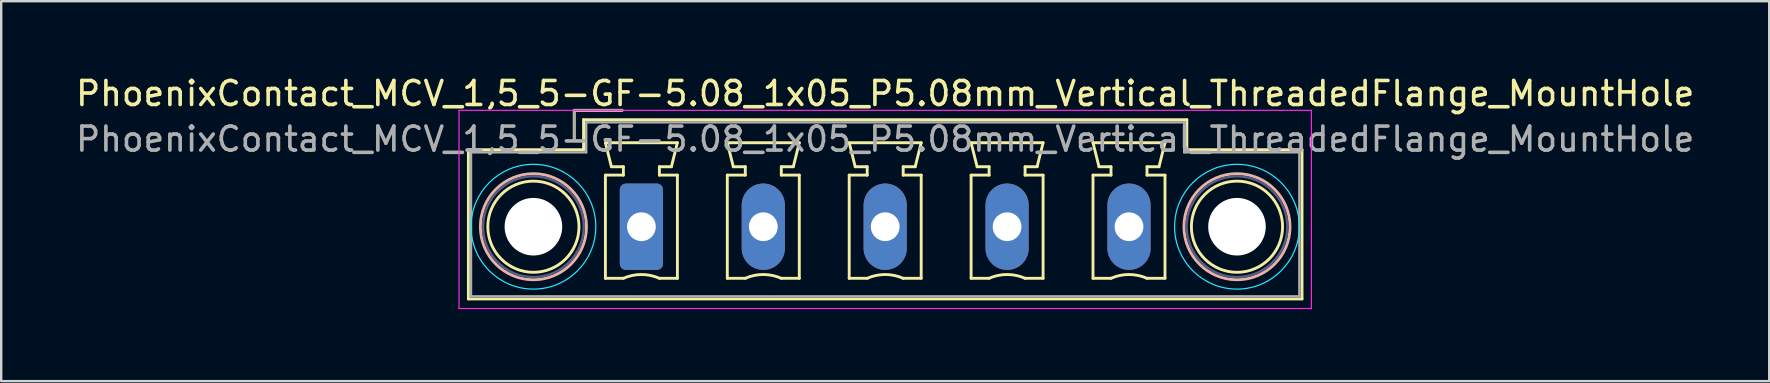
<source format=kicad_pcb>
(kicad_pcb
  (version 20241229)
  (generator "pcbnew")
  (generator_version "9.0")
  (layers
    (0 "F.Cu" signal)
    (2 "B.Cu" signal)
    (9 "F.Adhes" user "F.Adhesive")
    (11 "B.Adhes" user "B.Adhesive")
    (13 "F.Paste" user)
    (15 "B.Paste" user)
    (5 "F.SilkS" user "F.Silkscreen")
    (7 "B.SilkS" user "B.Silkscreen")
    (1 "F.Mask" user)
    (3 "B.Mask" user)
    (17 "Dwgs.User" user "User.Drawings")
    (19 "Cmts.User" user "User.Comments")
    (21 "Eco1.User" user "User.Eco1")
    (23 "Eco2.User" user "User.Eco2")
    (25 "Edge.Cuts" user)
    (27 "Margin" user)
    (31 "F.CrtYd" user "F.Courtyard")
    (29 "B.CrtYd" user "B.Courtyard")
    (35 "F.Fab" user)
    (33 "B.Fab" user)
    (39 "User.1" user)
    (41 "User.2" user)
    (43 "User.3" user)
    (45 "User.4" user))
  (footprint "PhoenixContact_MCV_1,5_5-GF-5.08_1x05_P5.08mm_Vertical_ThreadedFlange_MountHole"
    (layer "F.Cu")
    (at 23.679 6.398)
    (property "Reference" "PhoenixContact_MCV_1,5_5-GF-5.08_1x05_P5.08mm_Vertical_ThreadedFlange_MountHole" (at 10.16 -5.55 0) (layer "F.SilkS") (effects (font (size 1 1) (thickness 0.15))))
    (attr through_hole)
    (fp_line (start -7.21 -3.21) (end -7.21 3.01) (stroke (width 0.12) (type solid)) (layer "F.SilkS"))
    (fp_line (start -7.21 3.01) (end 27.53 3.01) (stroke (width 0.12) (type solid)) (layer "F.SilkS"))
    (fp_line (start -2.8 -4.85) (end -0.8 -4.85) (stroke (width 0.12) (type solid)) (layer "F.SilkS"))
    (fp_line (start -2.8 -3.6) (end -2.8 -4.85) (stroke (width 0.12) (type solid)) (layer "F.SilkS"))
    (fp_line (start -2.41 -4.46) (end -2.41 -3.21) (stroke (width 0.12) (type solid)) (layer "F.SilkS"))
    (fp_line (start -2.41 -3.21) (end -7.21 -3.21) (stroke (width 0.12) (type solid)) (layer "F.SilkS"))
    (fp_line (start -1.5 -3.5) (end 1.5 -3.5) (stroke (width 0.12) (type solid)) (layer "F.SilkS"))
    (fp_line (start -1.5 -2.15) (end -0.75 -2.15) (stroke (width 0.12) (type solid)) (layer "F.SilkS"))
    (fp_line (start -1.5 2.15) (end -1.5 -2.15) (stroke (width 0.12) (type solid)) (layer "F.SilkS"))
    (fp_line (start -1.25 -2.5) (end -1.5 -3.5) (stroke (width 0.12) (type solid)) (layer "F.SilkS"))
    (fp_line (start -0.75 -2.5) (end -1.25 -2.5) (stroke (width 0.12) (type solid)) (layer "F.SilkS"))
    (fp_line (start -0.75 -2.15) (end -0.75 -2.5) (stroke (width 0.12) (type solid)) (layer "F.SilkS"))
    (fp_line (start -0.75 2.15) (end -1.5 2.15) (stroke (width 0.12) (type solid)) (layer "F.SilkS"))
    (fp_line (start 0.75 -2.5) (end 0.75 -2.15) (stroke (width 0.12) (type solid)) (layer "F.SilkS"))
    (fp_line (start 0.75 -2.15) (end 1.5 -2.15) (stroke (width 0.12) (type solid)) (layer "F.SilkS"))
    (fp_line (start 1.25 -2.5) (end 0.75 -2.5) (stroke (width 0.12) (type solid)) (layer "F.SilkS"))
    (fp_line (start 1.5 -3.5) (end 1.25 -2.5) (stroke (width 0.12) (type solid)) (layer "F.SilkS"))
    (fp_line (start 1.5 -2.15) (end 1.5 2.15) (stroke (width 0.12) (type solid)) (layer "F.SilkS"))
    (fp_line (start 1.5 2.15) (end 0.75 2.15) (stroke (width 0.12) (type solid)) (layer "F.SilkS"))
    (fp_line (start 3.58 -3.5) (end 6.58 -3.5) (stroke (width 0.12) (type solid)) (layer "F.SilkS"))
    (fp_line (start 3.58 -2.15) (end 4.33 -2.15) (stroke (width 0.12) (type solid)) (layer "F.SilkS"))
    (fp_line (start 3.58 2.15) (end 3.58 -2.15) (stroke (width 0.12) (type solid)) (layer "F.SilkS"))
    (fp_line (start 3.83 -2.5) (end 3.58 -3.5) (stroke (width 0.12) (type solid)) (layer "F.SilkS"))
    (fp_line (start 4.33 -2.5) (end 3.83 -2.5) (stroke (width 0.12) (type solid)) (layer "F.SilkS"))
    (fp_line (start 4.33 -2.15) (end 4.33 -2.5) (stroke (width 0.12) (type solid)) (layer "F.SilkS"))
    (fp_line (start 4.33 2.15) (end 3.58 2.15) (stroke (width 0.12) (type solid)) (layer "F.SilkS"))
    (fp_line (start 5.83 -2.5) (end 5.83 -2.15) (stroke (width 0.12) (type solid)) (layer "F.SilkS"))
    (fp_line (start 5.83 -2.15) (end 6.58 -2.15) (stroke (width 0.12) (type solid)) (layer "F.SilkS"))
    (fp_line (start 6.33 -2.5) (end 5.83 -2.5) (stroke (width 0.12) (type solid)) (layer "F.SilkS"))
    (fp_line (start 6.58 -3.5) (end 6.33 -2.5) (stroke (width 0.12) (type solid)) (layer "F.SilkS"))
    (fp_line (start 6.58 -2.15) (end 6.58 2.15) (stroke (width 0.12) (type solid)) (layer "F.SilkS"))
    (fp_line (start 6.58 2.15) (end 5.83 2.15) (stroke (width 0.12) (type solid)) (layer "F.SilkS"))
    (fp_line (start 8.66 -3.5) (end 11.66 -3.5) (stroke (width 0.12) (type solid)) (layer "F.SilkS"))
    (fp_line (start 8.66 -2.15) (end 9.41 -2.15) (stroke (width 0.12) (type solid)) (layer "F.SilkS"))
    (fp_line (start 8.66 2.15) (end 8.66 -2.15) (stroke (width 0.12) (type solid)) (layer "F.SilkS"))
    (fp_line (start 8.91 -2.5) (end 8.66 -3.5) (stroke (width 0.12) (type solid)) (layer "F.SilkS"))
    (fp_line (start 9.41 -2.5) (end 8.91 -2.5) (stroke (width 0.12) (type solid)) (layer "F.SilkS"))
    (fp_line (start 9.41 -2.15) (end 9.41 -2.5) (stroke (width 0.12) (type solid)) (layer "F.SilkS"))
    (fp_line (start 9.41 2.15) (end 8.66 2.15) (stroke (width 0.12) (type solid)) (layer "F.SilkS"))
    (fp_line (start 10.91 -2.5) (end 10.91 -2.15) (stroke (width 0.12) (type solid)) (layer "F.SilkS"))
    (fp_line (start 10.91 -2.15) (end 11.66 -2.15) (stroke (width 0.12) (type solid)) (layer "F.SilkS"))
    (fp_line (start 11.41 -2.5) (end 10.91 -2.5) (stroke (width 0.12) (type solid)) (layer "F.SilkS"))
    (fp_line (start 11.66 -3.5) (end 11.41 -2.5) (stroke (width 0.12) (type solid)) (layer "F.SilkS"))
    (fp_line (start 11.66 -2.15) (end 11.66 2.15) (stroke (width 0.12) (type solid)) (layer "F.SilkS"))
    (fp_line (start 11.66 2.15) (end 10.91 2.15) (stroke (width 0.12) (type solid)) (layer "F.SilkS"))
    (fp_line (start 13.74 -3.5) (end 16.74 -3.5) (stroke (width 0.12) (type solid)) (layer "F.SilkS"))
    (fp_line (start 13.74 -2.15) (end 14.49 -2.15) (stroke (width 0.12) (type solid)) (layer "F.SilkS"))
    (fp_line (start 13.74 2.15) (end 13.74 -2.15) (stroke (width 0.12) (type solid)) (layer "F.SilkS"))
    (fp_line (start 13.99 -2.5) (end 13.74 -3.5) (stroke (width 0.12) (type solid)) (layer "F.SilkS"))
    (fp_line (start 14.49 -2.5) (end 13.99 -2.5) (stroke (width 0.12) (type solid)) (layer "F.SilkS"))
    (fp_line (start 14.49 -2.15) (end 14.49 -2.5) (stroke (width 0.12) (type solid)) (layer "F.SilkS"))
    (fp_line (start 14.49 2.15) (end 13.74 2.15) (stroke (width 0.12) (type solid)) (layer "F.SilkS"))
    (fp_line (start 15.99 -2.5) (end 15.99 -2.15) (stroke (width 0.12) (type solid)) (layer "F.SilkS"))
    (fp_line (start 15.99 -2.15) (end 16.74 -2.15) (stroke (width 0.12) (type solid)) (layer "F.SilkS"))
    (fp_line (start 16.49 -2.5) (end 15.99 -2.5) (stroke (width 0.12) (type solid)) (layer "F.SilkS"))
    (fp_line (start 16.74 -3.5) (end 16.49 -2.5) (stroke (width 0.12) (type solid)) (layer "F.SilkS"))
    (fp_line (start 16.74 -2.15) (end 16.74 2.15) (stroke (width 0.12) (type solid)) (layer "F.SilkS"))
    (fp_line (start 16.74 2.15) (end 15.99 2.15) (stroke (width 0.12) (type solid)) (layer "F.SilkS"))
    (fp_line (start 18.82 -3.5) (end 21.82 -3.5) (stroke (width 0.12) (type solid)) (layer "F.SilkS"))
    (fp_line (start 18.82 -2.15) (end 19.57 -2.15) (stroke (width 0.12) (type solid)) (layer "F.SilkS"))
    (fp_line (start 18.82 2.15) (end 18.82 -2.15) (stroke (width 0.12) (type solid)) (layer "F.SilkS"))
    (fp_line (start 19.07 -2.5) (end 18.82 -3.5) (stroke (width 0.12) (type solid)) (layer "F.SilkS"))
    (fp_line (start 19.57 -2.5) (end 19.07 -2.5) (stroke (width 0.12) (type solid)) (layer "F.SilkS"))
    (fp_line (start 19.57 -2.15) (end 19.57 -2.5) (stroke (width 0.12) (type solid)) (layer "F.SilkS"))
    (fp_line (start 19.57 2.15) (end 18.82 2.15) (stroke (width 0.12) (type solid)) (layer "F.SilkS"))
    (fp_line (start 21.07 -2.5) (end 21.07 -2.15) (stroke (width 0.12) (type solid)) (layer "F.SilkS"))
    (fp_line (start 21.07 -2.15) (end 21.82 -2.15) (stroke (width 0.12) (type solid)) (layer "F.SilkS"))
    (fp_line (start 21.57 -2.5) (end 21.07 -2.5) (stroke (width 0.12) (type solid)) (layer "F.SilkS"))
    (fp_line (start 21.82 -3.5) (end 21.57 -2.5) (stroke (width 0.12) (type solid)) (layer "F.SilkS"))
    (fp_line (start 21.82 -2.15) (end 21.82 2.15) (stroke (width 0.12) (type solid)) (layer "F.SilkS"))
    (fp_line (start 21.82 2.15) (end 21.07 2.15) (stroke (width 0.12) (type solid)) (layer "F.SilkS"))
    (fp_line (start 22.73 -4.46) (end -2.41 -4.46) (stroke (width 0.12) (type solid)) (layer "F.SilkS"))
    (fp_line (start 22.73 -3.21) (end 22.73 -4.46) (stroke (width 0.12) (type solid)) (layer "F.SilkS"))
    (fp_line (start 27.53 -3.21) (end 22.73 -3.21) (stroke (width 0.12) (type solid)) (layer "F.SilkS"))
    (fp_line (start 27.53 3.01) (end 27.53 -3.21) (stroke (width 0.12) (type solid)) (layer "F.SilkS"))
    (fp_arc (start -0.75 2.15) (mid -0.000193 1.99191) (end 0.749647 2.149844) (stroke (width 0.12) (type solid)) (layer "F.SilkS"))
    (fp_arc (start 4.33 2.15) (mid 5.079807 1.99191) (end 5.829647 2.149844) (stroke (width 0.12) (type solid)) (layer "F.SilkS"))
    (fp_arc (start 9.41 2.15) (mid 10.159807 1.99191) (end 10.909647 2.149844) (stroke (width 0.12) (type solid)) (layer "F.SilkS"))
    (fp_arc (start 14.49 2.15) (mid 15.239807 1.99191) (end 15.989647 2.149844) (stroke (width 0.12) (type solid)) (layer "F.SilkS"))
    (fp_arc (start 19.57 2.15) (mid 20.319807 1.99191) (end 21.069647 2.149844) (stroke (width 0.12) (type solid)) (layer "F.SilkS"))
    (fp_circle (center -4.5 0) (end -2.6 0) (stroke (width 0.12) (type solid)) (fill no) (layer "F.SilkS"))
    (fp_circle (center 24.82 0) (end 26.72 0) (stroke (width 0.12) (type solid)) (fill no) (layer "F.SilkS"))
    (fp_circle (center -4.5 0) (end -2.29 0) (stroke (width 0.12) (type solid)) (fill no) (layer "B.SilkS"))
    (fp_circle (center 24.82 0) (end 27.03 0) (stroke (width 0.12) (type solid)) (fill no) (layer "B.SilkS"))
    (fp_circle (center -4.5 0) (end -1.9 0) (stroke (width 0.05) (type solid)) (fill no) (layer "B.CrtYd"))
    (fp_circle (center 24.82 0) (end 27.42 0) (stroke (width 0.05) (type solid)) (fill no) (layer "B.CrtYd"))
    (fp_line (start -7.6 -4.85) (end -7.6 3.41) (stroke (width 0.05) (type solid)) (layer "F.CrtYd"))
    (fp_line (start -7.6 3.41) (end 27.92 3.41) (stroke (width 0.05) (type solid)) (layer "F.CrtYd"))
    (fp_line (start 27.92 -4.85) (end -7.6 -4.85) (stroke (width 0.05) (type solid)) (layer "F.CrtYd"))
    (fp_line (start 27.92 3.41) (end 27.92 -4.85) (stroke (width 0.05) (type solid)) (layer "F.CrtYd"))
    (fp_circle (center -4.5 0) (end -2.4 0) (stroke (width 0.1) (type solid)) (fill no) (layer "B.Fab"))
    (fp_circle (center 24.82 0) (end 26.92 0) (stroke (width 0.1) (type solid)) (fill no) (layer "B.Fab"))
    (fp_line (start -7.1 -3.1) (end -7.1 2.9) (stroke (width 0.1) (type solid)) (layer "F.Fab"))
    (fp_line (start -7.1 2.9) (end 27.42 2.9) (stroke (width 0.1) (type solid)) (layer "F.Fab"))
    (fp_line (start -2.8 -4.85) (end -0.8 -4.85) (stroke (width 0.1) (type solid)) (layer "F.Fab"))
    (fp_line (start -2.8 -3.6) (end -2.8 -4.85) (stroke (width 0.1) (type solid)) (layer "F.Fab"))
    (fp_line (start -2.3 -4.35) (end -2.3 -3.1) (stroke (width 0.1) (type solid)) (layer "F.Fab"))
    (fp_line (start -2.3 -3.1) (end -7.1 -3.1) (stroke (width 0.1) (type solid)) (layer "F.Fab"))
    (fp_line (start 22.62 -4.35) (end -2.3 -4.35) (stroke (width 0.1) (type solid)) (layer "F.Fab"))
    (fp_line (start 22.62 -3.1) (end 22.62 -4.35) (stroke (width 0.1) (type solid)) (layer "F.Fab"))
    (fp_line (start 27.42 -3.1) (end 22.62 -3.1) (stroke (width 0.1) (type solid)) (layer "F.Fab"))
    (fp_line (start 27.42 2.9) (end 27.42 -3.1) (stroke (width 0.1) (type solid)) (layer "F.Fab"))
    (fp_text user "${REFERENCE}" (at 10.16 -3.65 0) (layer "F.Fab") (effects (font (size 1 1) (thickness 0.15))))
    (pad "" np_thru_hole circle (at -4.5 0) (size 2.4 2.4) (drill 2.4) (layers "*.Cu" "*.Mask"))
    (pad "" np_thru_hole circle (at 24.82 0) (size 2.4 2.4) (drill 2.4) (layers "*.Cu" "*.Mask"))
    (pad "1" thru_hole roundrect (at 0 0) (size 1.8 3.6) (drill 1.2) (layers "*.Cu" "*.Mask") (roundrect_rratio 0.139))
    (pad "2" thru_hole oval (at 5.08 0) (size 1.8 3.6) (drill 1.2) (layers "*.Cu" "*.Mask"))
    (pad "3" thru_hole oval (at 10.16 0) (size 1.8 3.6) (drill 1.2) (layers "*.Cu" "*.Mask"))
    (pad "4" thru_hole oval (at 15.24 0) (size 1.8 3.6) (drill 1.2) (layers "*.Cu" "*.Mask"))
    (pad "5" thru_hole oval (at 20.32 0) (size 1.8 3.6) (drill 1.2) (layers "*.Cu" "*.Mask")))
  (gr_rect
    (start -3 -3)
    (end 70.679 12.833)
    (stroke (width 0.1) (type default))
    (fill no)
    (layer "Edge.Cuts")))
</source>
